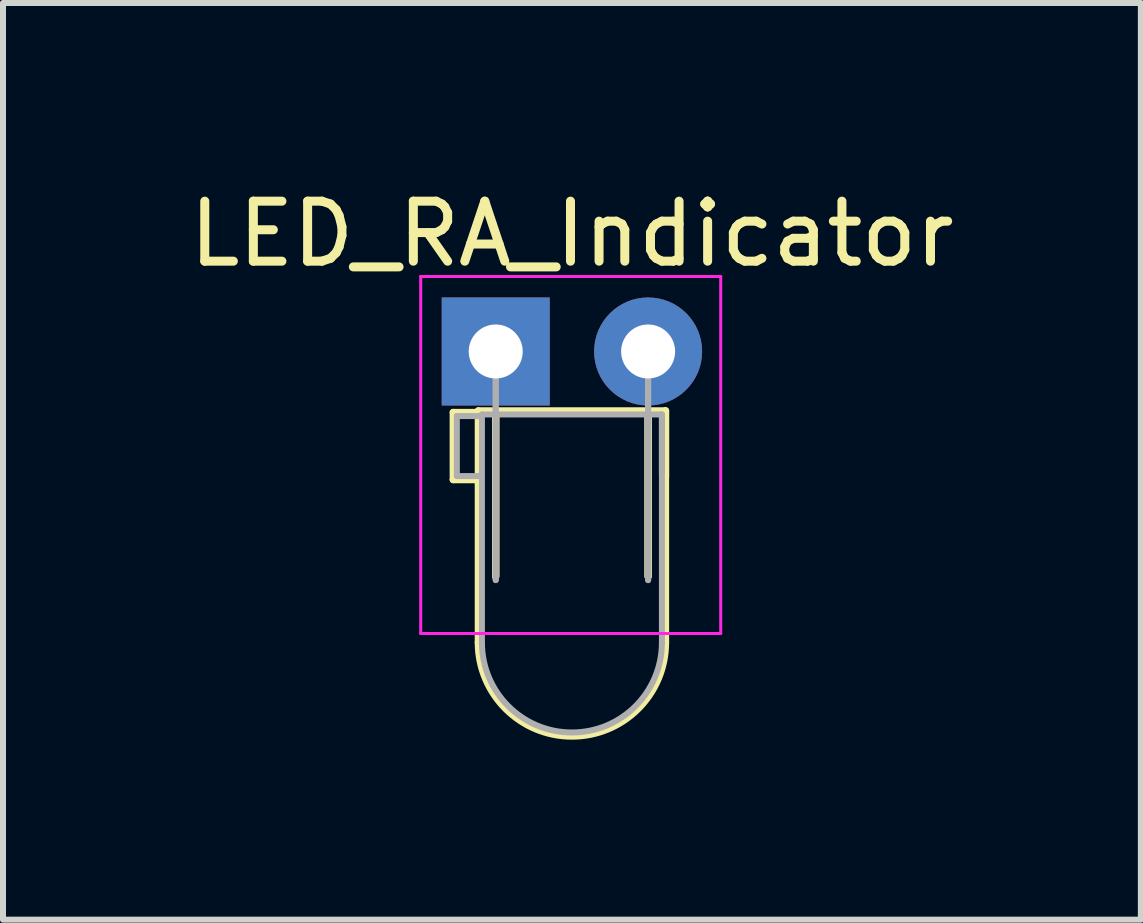
<source format=kicad_pcb>
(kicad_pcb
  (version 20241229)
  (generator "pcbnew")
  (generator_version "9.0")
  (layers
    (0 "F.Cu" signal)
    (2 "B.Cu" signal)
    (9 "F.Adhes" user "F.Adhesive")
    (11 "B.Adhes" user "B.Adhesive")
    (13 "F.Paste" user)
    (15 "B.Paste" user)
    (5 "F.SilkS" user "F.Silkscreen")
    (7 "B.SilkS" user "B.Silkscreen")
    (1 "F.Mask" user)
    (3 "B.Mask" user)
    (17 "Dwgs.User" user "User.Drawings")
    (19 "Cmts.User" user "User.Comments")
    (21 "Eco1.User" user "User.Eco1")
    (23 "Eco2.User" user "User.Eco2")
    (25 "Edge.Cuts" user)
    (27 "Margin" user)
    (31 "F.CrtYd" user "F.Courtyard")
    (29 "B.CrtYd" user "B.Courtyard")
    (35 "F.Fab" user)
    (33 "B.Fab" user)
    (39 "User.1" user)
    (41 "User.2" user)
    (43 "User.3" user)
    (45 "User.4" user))
  (footprint "LED_RA_Indicator"
    (layer "F.Cu")
    (at 5.212 2.808)
    (property "Reference" "LED_RA_Indicator" (at 1.27 -1.96 0) (layer "F.SilkS") (effects (font (size 1 1) (thickness 0.15))))
    (attr through_hole)
    (fp_line (start -0.708 1.016) (end -0.308 1.016) (stroke (width 0.12) (type solid)) (layer "F.SilkS"))
    (fp_line (start -0.708 2.136) (end -0.708 1.016) (stroke (width 0.12) (type solid)) (layer "F.SilkS"))
    (fp_line (start -0.308 2.136) (end -0.708 2.136) (stroke (width 0.12) (type solid)) (layer "F.SilkS"))
    (fp_line (start -0.29 0.99) (end -0.29 4.85) (stroke (width 0.12) (type solid)) (layer "F.SilkS"))
    (fp_line (start -0.29 0.99) (end 2.83 0.99) (stroke (width 0.12) (type solid)) (layer "F.SilkS"))
    (fp_line (start 0 0.99) (end 0 0.99) (stroke (width 0.12) (type solid)) (layer "F.SilkS"))
    (fp_line (start 0 1.08) (end 0 1.08) (stroke (width 0.12) (type solid)) (layer "F.SilkS"))
    (fp_line (start 0 1.08) (end 0 3.75) (stroke (width 0.12) (type solid)) (layer "F.SilkS"))
    (fp_line (start 0 3.75) (end 0 1.08) (stroke (width 0.12) (type solid)) (layer "F.SilkS"))
    (fp_line (start 2.54 0.99) (end 2.54 0.99) (stroke (width 0.12) (type solid)) (layer "F.SilkS"))
    (fp_line (start 2.54 1.08) (end 2.54 1.08) (stroke (width 0.12) (type solid)) (layer "F.SilkS"))
    (fp_line (start 2.54 1.08) (end 2.54 3.75) (stroke (width 0.12) (type solid)) (layer "F.SilkS"))
    (fp_line (start 2.54 3.75) (end 2.54 1.08) (stroke (width 0.12) (type solid)) (layer "F.SilkS"))
    (fp_line (start 2.83 0.99) (end 2.83 4.85) (stroke (width 0.12) (type solid)) (layer "F.SilkS"))
    (fp_line (start 2.83 2.11) (end 2.83 0.99) (stroke (width 0.12) (type solid)) (layer "F.SilkS"))
    (fp_arc (start 2.83 4.85) (mid 1.27 6.41) (end -0.29 4.85) (stroke (width 0.12) (type solid)) (layer "F.SilkS"))
    (fp_line (start -1.25 -1.25) (end -1.25 4.7) (stroke (width 0.05) (type solid)) (layer "F.CrtYd"))
    (fp_line (start -1.25 4.7) (end 3.75 4.7) (stroke (width 0.05) (type solid)) (layer "F.CrtYd"))
    (fp_line (start 3.75 -1.25) (end -1.25 -1.25) (stroke (width 0.05) (type solid)) (layer "F.CrtYd"))
    (fp_line (start 3.75 4.7) (end 3.75 -1.25) (stroke (width 0.05) (type solid)) (layer "F.CrtYd"))
    (fp_line (start -0.648 1.076) (end -0.248 1.076) (stroke (width 0.1) (type solid)) (layer "F.Fab"))
    (fp_line (start -0.648 2.076) (end -0.648 1.076) (stroke (width 0.1) (type solid)) (layer "F.Fab"))
    (fp_line (start -0.248 2.076) (end -0.648 2.076) (stroke (width 0.1) (type solid)) (layer "F.Fab"))
    (fp_line (start -0.23 1.05) (end -0.23 4.85) (stroke (width 0.1) (type solid)) (layer "F.Fab"))
    (fp_line (start -0.23 1.05) (end 2.77 1.05) (stroke (width 0.1) (type solid)) (layer "F.Fab"))
    (fp_line (start 0 0) (end 0 0) (stroke (width 0.1) (type solid)) (layer "F.Fab"))
    (fp_line (start 0 0) (end 0 3.81) (stroke (width 0.1) (type solid)) (layer "F.Fab"))
    (fp_line (start 0 1.05) (end 0 1.05) (stroke (width 0.1) (type solid)) (layer "F.Fab"))
    (fp_line (start 0 3.81) (end 0 0) (stroke (width 0.1) (type solid)) (layer "F.Fab"))
    (fp_line (start 2.54 0) (end 2.54 0) (stroke (width 0.1) (type solid)) (layer "F.Fab"))
    (fp_line (start 2.54 0) (end 2.54 3.81) (stroke (width 0.1) (type solid)) (layer "F.Fab"))
    (fp_line (start 2.54 1.05) (end 2.54 1.05) (stroke (width 0.1) (type solid)) (layer "F.Fab"))
    (fp_line (start 2.54 3.81) (end 2.54 0) (stroke (width 0.1) (type solid)) (layer "F.Fab"))
    (fp_line (start 2.77 1.05) (end 2.77 4.85) (stroke (width 0.1) (type solid)) (layer "F.Fab"))
    (fp_line (start 2.77 2.05) (end 2.77 1.05) (stroke (width 0.1) (type solid)) (layer "F.Fab"))
    (fp_arc (start 2.77 4.85) (mid 1.27 6.35) (end -0.23 4.85) (stroke (width 0.1) (type solid)) (layer "F.Fab"))
    (pad "1" thru_hole circle (at 2.54 0) (size 1.8 1.8) (drill 0.9) (layers "*.Cu" "*.Mask"))
    (pad "2" thru_hole rect (at 0 0) (size 1.8 1.8) (drill 0.9) (layers "*.Cu" "*.Mask")))
  (gr_rect
    (start -3 -3)
    (end 15.964 12.278)
    (stroke (width 0.1) (type default))
    (fill no)
    (layer "Edge.Cuts")))
</source>
